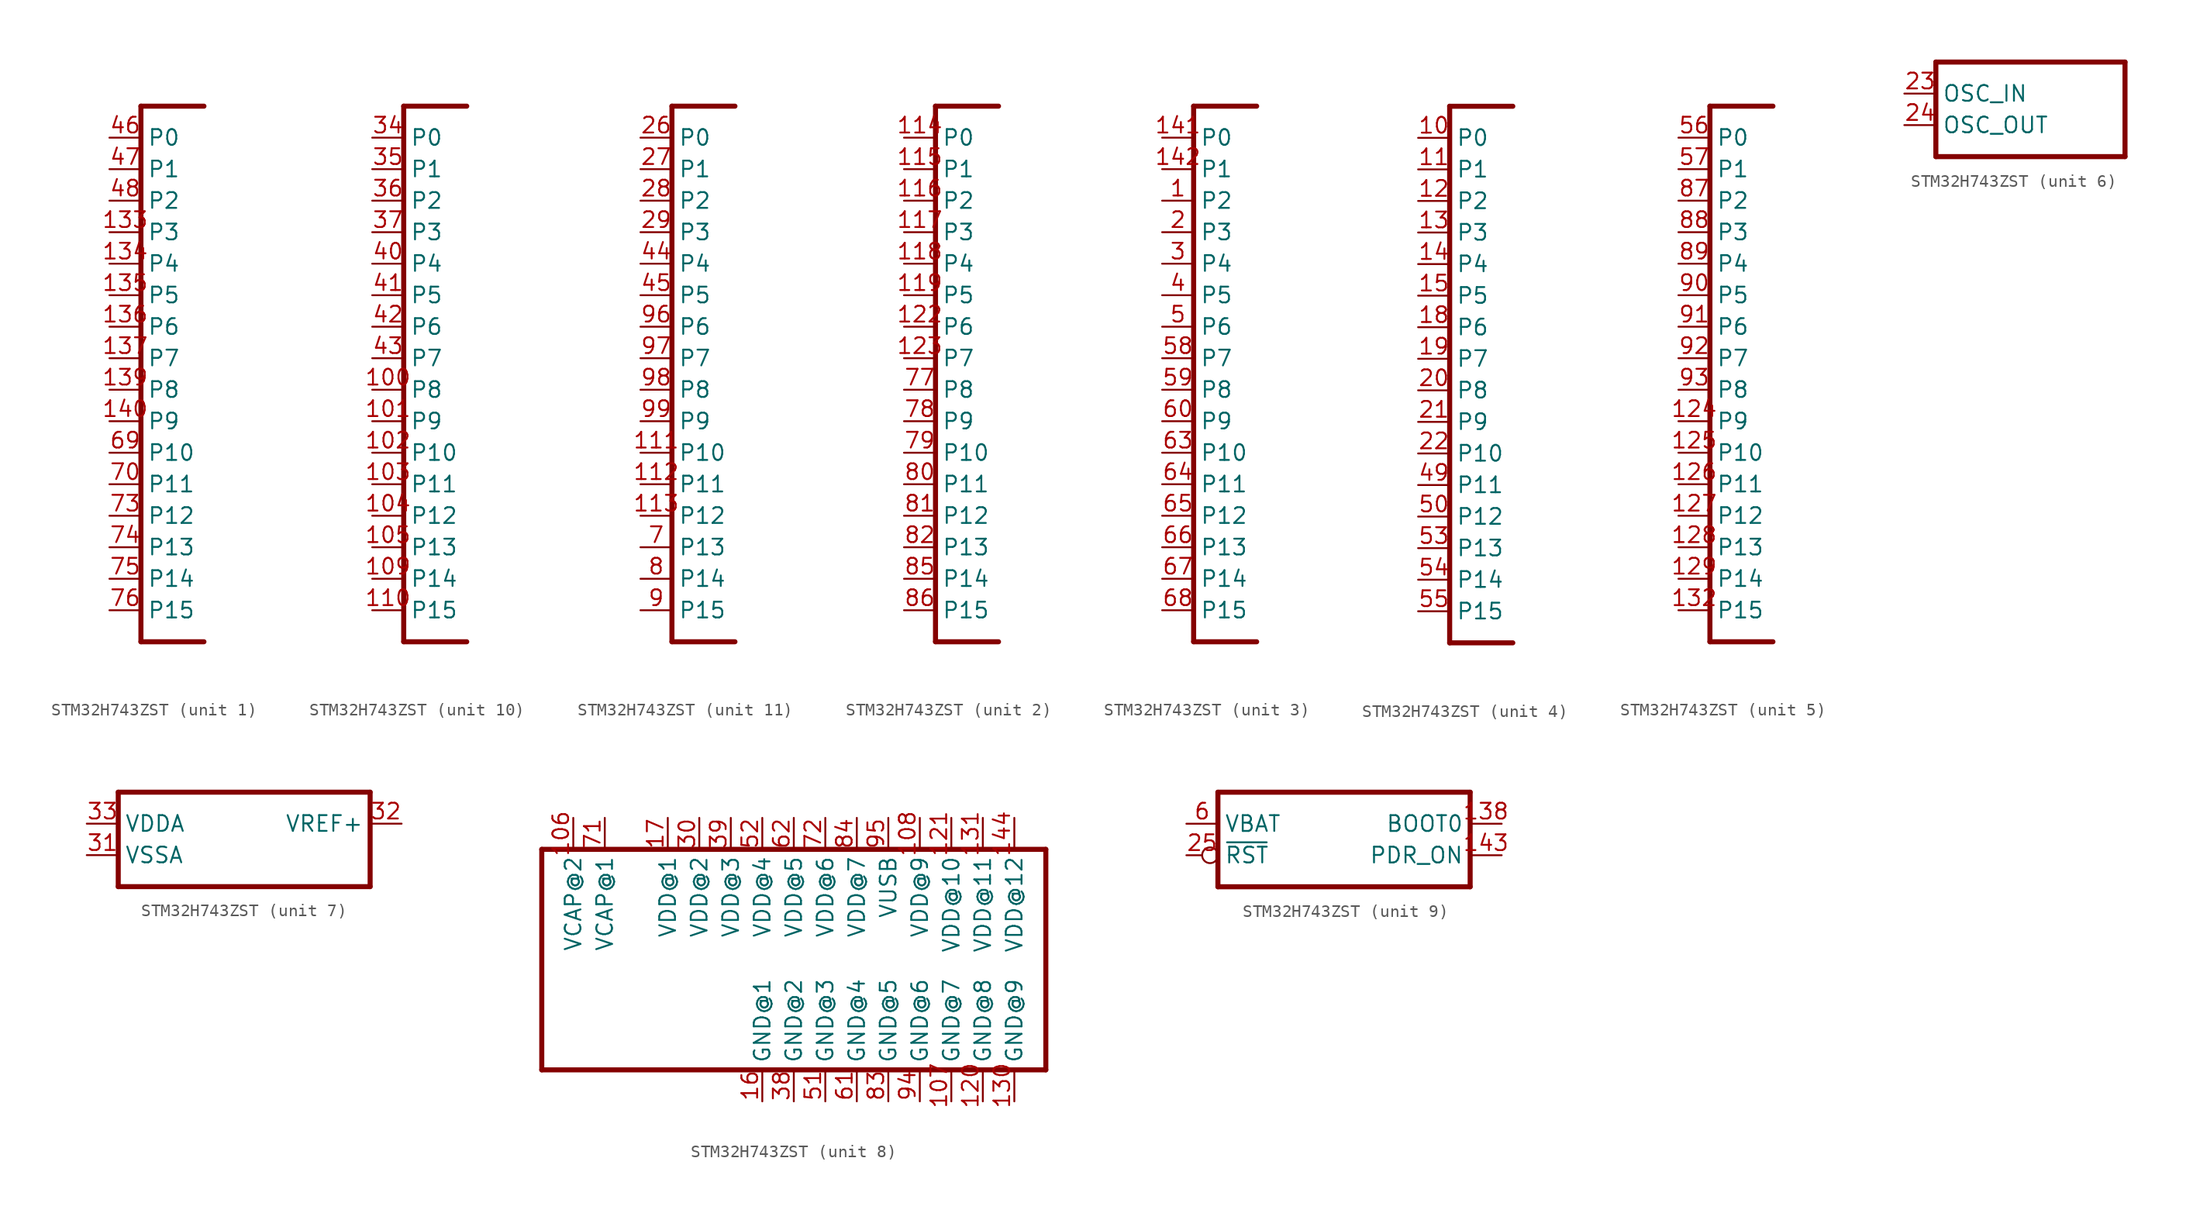
<source format=kicad_sym>
(kicad_symbol_lib
  (version 20231120)
  (generator "kicad_symbol_editor")
  (generator_version "8.0")
  (symbol "STM32H743ZST"
    (property "Reference" "IC"
      (at -2.54 22.86 0)
      (effects (font (size 1.27 1.079)) (justify left bottom) (hide yes)))
    (property "ki_locked" ""
      (at 0 0 0)
      (effects (font (size 1.27 1.27))))
    (symbol "STM32H743ZST_1_0"
      (polyline (pts (xy -2.54 -22.86) (xy 2.54 -22.86)) (stroke (width 0.406) (type solid)) (fill (type none)))
      (polyline (pts (xy -2.54 20.32) (xy -2.54 -22.86)) (stroke (width 0.406) (type solid)) (fill (type none)))
      (polyline (pts (xy 2.54 20.32) (xy -2.54 20.32)) (stroke (width 0.406) (type solid)) (fill (type none)))
      (pin bidirectional line (at -5.08 10.16 0) (length 2.54) (name "P3" (effects (font (size 1.27 1.27)))) (number "133" (effects (font (size 1.27 1.27)))))
      (pin bidirectional line (at -5.08 7.62 0) (length 2.54) (name "P4" (effects (font (size 1.27 1.27)))) (number "134" (effects (font (size 1.27 1.27)))))
      (pin bidirectional line (at -5.08 5.08 0) (length 2.54) (name "P5" (effects (font (size 1.27 1.27)))) (number "135" (effects (font (size 1.27 1.27)))))
      (pin bidirectional line (at -5.08 2.54 0) (length 2.54) (name "P6" (effects (font (size 1.27 1.27)))) (number "136" (effects (font (size 1.27 1.27)))))
      (pin bidirectional line (at -5.08 0 0) (length 2.54) (name "P7" (effects (font (size 1.27 1.27)))) (number "137" (effects (font (size 1.27 1.27)))))
      (pin bidirectional line (at -5.08 -2.54 0) (length 2.54) (name "P8" (effects (font (size 1.27 1.27)))) (number "139" (effects (font (size 1.27 1.27)))))
      (pin bidirectional line (at -5.08 -5.08 0) (length 2.54) (name "P9" (effects (font (size 1.27 1.27)))) (number "140" (effects (font (size 1.27 1.27)))))
      (pin bidirectional line (at -5.08 17.78 0) (length 2.54) (name "P0" (effects (font (size 1.27 1.27)))) (number "46" (effects (font (size 1.27 1.27)))))
      (pin bidirectional line (at -5.08 15.24 0) (length 2.54) (name "P1" (effects (font (size 1.27 1.27)))) (number "47" (effects (font (size 1.27 1.27)))))
      (pin bidirectional line (at -5.08 12.7 0) (length 2.54) (name "P2" (effects (font (size 1.27 1.27)))) (number "48" (effects (font (size 1.27 1.27)))))
      (pin bidirectional line (at -5.08 -7.62 0) (length 2.54) (name "P10" (effects (font (size 1.27 1.27)))) (number "69" (effects (font (size 1.27 1.27)))))
      (pin bidirectional line (at -5.08 -10.16 0) (length 2.54) (name "P11" (effects (font (size 1.27 1.27)))) (number "70" (effects (font (size 1.27 1.27)))))
      (pin bidirectional line (at -5.08 -12.7 0) (length 2.54) (name "P12" (effects (font (size 1.27 1.27)))) (number "73" (effects (font (size 1.27 1.27)))))
      (pin bidirectional line (at -5.08 -15.24 0) (length 2.54) (name "P13" (effects (font (size 1.27 1.27)))) (number "74" (effects (font (size 1.27 1.27)))))
      (pin bidirectional line (at -5.08 -17.78 0) (length 2.54) (name "P14" (effects (font (size 1.27 1.27)))) (number "75" (effects (font (size 1.27 1.27)))))
      (pin bidirectional line (at -5.08 -20.32 0) (length 2.54) (name "P15" (effects (font (size 1.27 1.27)))) (number "76" (effects (font (size 1.27 1.27))))))
    (symbol "STM32H743ZST_2_0"
      (polyline (pts (xy -2.54 -22.86) (xy 2.54 -22.86)) (stroke (width 0.406) (type solid)) (fill (type none)))
      (polyline (pts (xy -2.54 20.32) (xy -2.54 -22.86)) (stroke (width 0.406) (type solid)) (fill (type none)))
      (polyline (pts (xy 2.54 20.32) (xy -2.54 20.32)) (stroke (width 0.406) (type solid)) (fill (type none)))
      (pin bidirectional line (at -5.08 17.78 0) (length 2.54) (name "P0" (effects (font (size 1.27 1.27)))) (number "114" (effects (font (size 1.27 1.27)))))
      (pin bidirectional line (at -5.08 15.24 0) (length 2.54) (name "P1" (effects (font (size 1.27 1.27)))) (number "115" (effects (font (size 1.27 1.27)))))
      (pin bidirectional line (at -5.08 12.7 0) (length 2.54) (name "P2" (effects (font (size 1.27 1.27)))) (number "116" (effects (font (size 1.27 1.27)))))
      (pin bidirectional line (at -5.08 10.16 0) (length 2.54) (name "P3" (effects (font (size 1.27 1.27)))) (number "117" (effects (font (size 1.27 1.27)))))
      (pin bidirectional line (at -5.08 7.62 0) (length 2.54) (name "P4" (effects (font (size 1.27 1.27)))) (number "118" (effects (font (size 1.27 1.27)))))
      (pin bidirectional line (at -5.08 5.08 0) (length 2.54) (name "P5" (effects (font (size 1.27 1.27)))) (number "119" (effects (font (size 1.27 1.27)))))
      (pin bidirectional line (at -5.08 2.54 0) (length 2.54) (name "P6" (effects (font (size 1.27 1.27)))) (number "122" (effects (font (size 1.27 1.27)))))
      (pin bidirectional line (at -5.08 0 0) (length 2.54) (name "P7" (effects (font (size 1.27 1.27)))) (number "123" (effects (font (size 1.27 1.27)))))
      (pin bidirectional line (at -5.08 -2.54 0) (length 2.54) (name "P8" (effects (font (size 1.27 1.27)))) (number "77" (effects (font (size 1.27 1.27)))))
      (pin bidirectional line (at -5.08 -5.08 0) (length 2.54) (name "P9" (effects (font (size 1.27 1.27)))) (number "78" (effects (font (size 1.27 1.27)))))
      (pin bidirectional line (at -5.08 -7.62 0) (length 2.54) (name "P10" (effects (font (size 1.27 1.27)))) (number "79" (effects (font (size 1.27 1.27)))))
      (pin bidirectional line (at -5.08 -10.16 0) (length 2.54) (name "P11" (effects (font (size 1.27 1.27)))) (number "80" (effects (font (size 1.27 1.27)))))
      (pin bidirectional line (at -5.08 -12.7 0) (length 2.54) (name "P12" (effects (font (size 1.27 1.27)))) (number "81" (effects (font (size 1.27 1.27)))))
      (pin bidirectional line (at -5.08 -15.24 0) (length 2.54) (name "P13" (effects (font (size 1.27 1.27)))) (number "82" (effects (font (size 1.27 1.27)))))
      (pin bidirectional line (at -5.08 -17.78 0) (length 2.54) (name "P14" (effects (font (size 1.27 1.27)))) (number "85" (effects (font (size 1.27 1.27)))))
      (pin bidirectional line (at -5.08 -20.32 0) (length 2.54) (name "P15" (effects (font (size 1.27 1.27)))) (number "86" (effects (font (size 1.27 1.27))))))
    (symbol "STM32H743ZST_3_0"
      (polyline (pts (xy -2.54 -22.86) (xy 2.54 -22.86)) (stroke (width 0.406) (type solid)) (fill (type none)))
      (polyline (pts (xy -2.54 20.32) (xy -2.54 -22.86)) (stroke (width 0.406) (type solid)) (fill (type none)))
      (polyline (pts (xy 2.54 20.32) (xy -2.54 20.32)) (stroke (width 0.406) (type solid)) (fill (type none)))
      (pin bidirectional line (at -5.08 12.7 0) (length 2.54) (name "P2" (effects (font (size 1.27 1.27)))) (number "1" (effects (font (size 1.27 1.27)))))
      (pin bidirectional line (at -5.08 17.78 0) (length 2.54) (name "P0" (effects (font (size 1.27 1.27)))) (number "141" (effects (font (size 1.27 1.27)))))
      (pin bidirectional line (at -5.08 15.24 0) (length 2.54) (name "P1" (effects (font (size 1.27 1.27)))) (number "142" (effects (font (size 1.27 1.27)))))
      (pin bidirectional line (at -5.08 10.16 0) (length 2.54) (name "P3" (effects (font (size 1.27 1.27)))) (number "2" (effects (font (size 1.27 1.27)))))
      (pin bidirectional line (at -5.08 7.62 0) (length 2.54) (name "P4" (effects (font (size 1.27 1.27)))) (number "3" (effects (font (size 1.27 1.27)))))
      (pin bidirectional line (at -5.08 5.08 0) (length 2.54) (name "P5" (effects (font (size 1.27 1.27)))) (number "4" (effects (font (size 1.27 1.27)))))
      (pin bidirectional line (at -5.08 2.54 0) (length 2.54) (name "P6" (effects (font (size 1.27 1.27)))) (number "5" (effects (font (size 1.27 1.27)))))
      (pin bidirectional line (at -5.08 0 0) (length 2.54) (name "P7" (effects (font (size 1.27 1.27)))) (number "58" (effects (font (size 1.27 1.27)))))
      (pin bidirectional line (at -5.08 -2.54 0) (length 2.54) (name "P8" (effects (font (size 1.27 1.27)))) (number "59" (effects (font (size 1.27 1.27)))))
      (pin bidirectional line (at -5.08 -5.08 0) (length 2.54) (name "P9" (effects (font (size 1.27 1.27)))) (number "60" (effects (font (size 1.27 1.27)))))
      (pin bidirectional line (at -5.08 -7.62 0) (length 2.54) (name "P10" (effects (font (size 1.27 1.27)))) (number "63" (effects (font (size 1.27 1.27)))))
      (pin bidirectional line (at -5.08 -10.16 0) (length 2.54) (name "P11" (effects (font (size 1.27 1.27)))) (number "64" (effects (font (size 1.27 1.27)))))
      (pin bidirectional line (at -5.08 -12.7 0) (length 2.54) (name "P12" (effects (font (size 1.27 1.27)))) (number "65" (effects (font (size 1.27 1.27)))))
      (pin bidirectional line (at -5.08 -15.24 0) (length 2.54) (name "P13" (effects (font (size 1.27 1.27)))) (number "66" (effects (font (size 1.27 1.27)))))
      (pin bidirectional line (at -5.08 -17.78 0) (length 2.54) (name "P14" (effects (font (size 1.27 1.27)))) (number "67" (effects (font (size 1.27 1.27)))))
      (pin bidirectional line (at -5.08 -20.32 0) (length 2.54) (name "P15" (effects (font (size 1.27 1.27)))) (number "68" (effects (font (size 1.27 1.27))))))
    (symbol "STM32H743ZST_4_0"
      (polyline (pts (xy -2.54 -22.86) (xy 2.54 -22.86)) (stroke (width 0.406) (type solid)) (fill (type none)))
      (polyline (pts (xy -2.54 20.32) (xy -2.54 -22.86)) (stroke (width 0.406) (type solid)) (fill (type none)))
      (polyline (pts (xy 2.54 20.32) (xy -2.54 20.32)) (stroke (width 0.406) (type solid)) (fill (type none)))
      (pin bidirectional line (at -5.08 17.78 0) (length 2.54) (name "P0" (effects (font (size 1.27 1.27)))) (number "10" (effects (font (size 1.27 1.27)))))
      (pin bidirectional line (at -5.08 15.24 0) (length 2.54) (name "P1" (effects (font (size 1.27 1.27)))) (number "11" (effects (font (size 1.27 1.27)))))
      (pin bidirectional line (at -5.08 12.7 0) (length 2.54) (name "P2" (effects (font (size 1.27 1.27)))) (number "12" (effects (font (size 1.27 1.27)))))
      (pin bidirectional line (at -5.08 10.16 0) (length 2.54) (name "P3" (effects (font (size 1.27 1.27)))) (number "13" (effects (font (size 1.27 1.27)))))
      (pin bidirectional line (at -5.08 7.62 0) (length 2.54) (name "P4" (effects (font (size 1.27 1.27)))) (number "14" (effects (font (size 1.27 1.27)))))
      (pin bidirectional line (at -5.08 5.08 0) (length 2.54) (name "P5" (effects (font (size 1.27 1.27)))) (number "15" (effects (font (size 1.27 1.27)))))
      (pin bidirectional line (at -5.08 2.54 0) (length 2.54) (name "P6" (effects (font (size 1.27 1.27)))) (number "18" (effects (font (size 1.27 1.27)))))
      (pin bidirectional line (at -5.08 0 0) (length 2.54) (name "P7" (effects (font (size 1.27 1.27)))) (number "19" (effects (font (size 1.27 1.27)))))
      (pin bidirectional line (at -5.08 -2.54 0) (length 2.54) (name "P8" (effects (font (size 1.27 1.27)))) (number "20" (effects (font (size 1.27 1.27)))))
      (pin bidirectional line (at -5.08 -5.08 0) (length 2.54) (name "P9" (effects (font (size 1.27 1.27)))) (number "21" (effects (font (size 1.27 1.27)))))
      (pin bidirectional line (at -5.08 -7.62 0) (length 2.54) (name "P10" (effects (font (size 1.27 1.27)))) (number "22" (effects (font (size 1.27 1.27)))))
      (pin bidirectional line (at -5.08 -10.16 0) (length 2.54) (name "P11" (effects (font (size 1.27 1.27)))) (number "49" (effects (font (size 1.27 1.27)))))
      (pin bidirectional line (at -5.08 -12.7 0) (length 2.54) (name "P12" (effects (font (size 1.27 1.27)))) (number "50" (effects (font (size 1.27 1.27)))))
      (pin bidirectional line (at -5.08 -15.24 0) (length 2.54) (name "P13" (effects (font (size 1.27 1.27)))) (number "53" (effects (font (size 1.27 1.27)))))
      (pin bidirectional line (at -5.08 -17.78 0) (length 2.54) (name "P14" (effects (font (size 1.27 1.27)))) (number "54" (effects (font (size 1.27 1.27)))))
      (pin bidirectional line (at -5.08 -20.32 0) (length 2.54) (name "P15" (effects (font (size 1.27 1.27)))) (number "55" (effects (font (size 1.27 1.27))))))
    (symbol "STM32H743ZST_5_0"
      (polyline (pts (xy -2.54 -22.86) (xy 2.54 -22.86)) (stroke (width 0.406) (type solid)) (fill (type none)))
      (polyline (pts (xy -2.54 20.32) (xy -2.54 -22.86)) (stroke (width 0.406) (type solid)) (fill (type none)))
      (polyline (pts (xy 2.54 20.32) (xy -2.54 20.32)) (stroke (width 0.406) (type solid)) (fill (type none)))
      (pin bidirectional line (at -5.08 -5.08 0) (length 2.54) (name "P9" (effects (font (size 1.27 1.27)))) (number "124" (effects (font (size 1.27 1.27)))))
      (pin bidirectional line (at -5.08 -7.62 0) (length 2.54) (name "P10" (effects (font (size 1.27 1.27)))) (number "125" (effects (font (size 1.27 1.27)))))
      (pin bidirectional line (at -5.08 -10.16 0) (length 2.54) (name "P11" (effects (font (size 1.27 1.27)))) (number "126" (effects (font (size 1.27 1.27)))))
      (pin bidirectional line (at -5.08 -12.7 0) (length 2.54) (name "P12" (effects (font (size 1.27 1.27)))) (number "127" (effects (font (size 1.27 1.27)))))
      (pin bidirectional line (at -5.08 -15.24 0) (length 2.54) (name "P13" (effects (font (size 1.27 1.27)))) (number "128" (effects (font (size 1.27 1.27)))))
      (pin bidirectional line (at -5.08 -17.78 0) (length 2.54) (name "P14" (effects (font (size 1.27 1.27)))) (number "129" (effects (font (size 1.27 1.27)))))
      (pin bidirectional line (at -5.08 -20.32 0) (length 2.54) (name "P15" (effects (font (size 1.27 1.27)))) (number "132" (effects (font (size 1.27 1.27)))))
      (pin bidirectional line (at -5.08 17.78 0) (length 2.54) (name "P0" (effects (font (size 1.27 1.27)))) (number "56" (effects (font (size 1.27 1.27)))))
      (pin bidirectional line (at -5.08 15.24 0) (length 2.54) (name "P1" (effects (font (size 1.27 1.27)))) (number "57" (effects (font (size 1.27 1.27)))))
      (pin bidirectional line (at -5.08 12.7 0) (length 2.54) (name "P2" (effects (font (size 1.27 1.27)))) (number "87" (effects (font (size 1.27 1.27)))))
      (pin bidirectional line (at -5.08 10.16 0) (length 2.54) (name "P3" (effects (font (size 1.27 1.27)))) (number "88" (effects (font (size 1.27 1.27)))))
      (pin bidirectional line (at -5.08 7.62 0) (length 2.54) (name "P4" (effects (font (size 1.27 1.27)))) (number "89" (effects (font (size 1.27 1.27)))))
      (pin bidirectional line (at -5.08 5.08 0) (length 2.54) (name "P5" (effects (font (size 1.27 1.27)))) (number "90" (effects (font (size 1.27 1.27)))))
      (pin bidirectional line (at -5.08 2.54 0) (length 2.54) (name "P6" (effects (font (size 1.27 1.27)))) (number "91" (effects (font (size 1.27 1.27)))))
      (pin bidirectional line (at -5.08 0 0) (length 2.54) (name "P7" (effects (font (size 1.27 1.27)))) (number "92" (effects (font (size 1.27 1.27)))))
      (pin bidirectional line (at -5.08 -2.54 0) (length 2.54) (name "P8" (effects (font (size 1.27 1.27)))) (number "93" (effects (font (size 1.27 1.27))))))
    (symbol "STM32H743ZST_6_0"
      (polyline (pts (xy -7.62 -2.54) (xy 7.62 -2.54)) (stroke (width 0.406) (type solid)) (fill (type none)))
      (polyline (pts (xy -7.62 5.08) (xy -7.62 -2.54)) (stroke (width 0.406) (type solid)) (fill (type none)))
      (polyline (pts (xy 7.62 -2.54) (xy 7.62 5.08)) (stroke (width 0.406) (type solid)) (fill (type none)))
      (polyline (pts (xy 7.62 5.08) (xy -7.62 5.08)) (stroke (width 0.406) (type solid)) (fill (type none)))
      (pin passive line (at -10.16 2.54 0) (length 2.54) (name "OSC_IN" (effects (font (size 1.27 1.27)))) (number "23" (effects (font (size 1.27 1.27)))))
      (pin passive line (at -10.16 0 0) (length 2.54) (name "OSC_OUT" (effects (font (size 1.27 1.27)))) (number "24" (effects (font (size 1.27 1.27))))))
    (symbol "STM32H743ZST_7_0"
      (polyline (pts (xy -10.16 -2.54) (xy 10.16 -2.54)) (stroke (width 0.406) (type solid)) (fill (type none)))
      (polyline (pts (xy -10.16 5.08) (xy -10.16 -2.54)) (stroke (width 0.406) (type solid)) (fill (type none)))
      (polyline (pts (xy 10.16 -2.54) (xy 10.16 5.08)) (stroke (width 0.406) (type solid)) (fill (type none)))
      (polyline (pts (xy 10.16 5.08) (xy -10.16 5.08)) (stroke (width 0.406) (type solid)) (fill (type none)))
      (pin power_in line (at -12.7 0 0) (length 2.54) (name "VSSA" (effects (font (size 1.27 1.27)))) (number "31" (effects (font (size 1.27 1.27)))))
      (pin passive line (at 12.7 2.54 180) (length 2.54) (name "VREF+" (effects (font (size 1.27 1.27)))) (number "32" (effects (font (size 1.27 1.27)))))
      (pin power_in line (at -12.7 2.54 0) (length 2.54) (name "VDDA" (effects (font (size 1.27 1.27)))) (number "33" (effects (font (size 1.27 1.27))))))
    (symbol "STM32H743ZST_8_0"
      (polyline (pts (xy -30.48 -10.16) (xy -30.48 7.62)) (stroke (width 0.406) (type solid)) (fill (type none)))
      (polyline (pts (xy -30.48 7.62) (xy 10.16 7.62)) (stroke (width 0.406) (type solid)) (fill (type none)))
      (polyline (pts (xy 10.16 -10.16) (xy -30.48 -10.16)) (stroke (width 0.406) (type solid)) (fill (type none)))
      (polyline (pts (xy 10.16 7.62) (xy 10.16 -10.16)) (stroke (width 0.406) (type solid)) (fill (type none)))
      (pin power_in line (at -27.94 10.16 270) (length 2.54) (name "VCAP@2" (effects (font (size 1.27 1.27)))) (number "106" (effects (font (size 1.27 1.27)))))
      (pin power_in line (at 2.54 -12.7 90) (length 2.54) (name "GND@7" (effects (font (size 1.27 1.27)))) (number "107" (effects (font (size 1.27 1.27)))))
      (pin power_in line (at 0 10.16 270) (length 2.54) (name "VDD@9" (effects (font (size 1.27 1.27)))) (number "108" (effects (font (size 1.27 1.27)))))
      (pin power_in line (at 5.08 -12.7 90) (length 2.54) (name "GND@8" (effects (font (size 1.27 1.27)))) (number "120" (effects (font (size 1.27 1.27)))))
      (pin power_in line (at 2.54 10.16 270) (length 2.54) (name "VDD@10" (effects (font (size 1.27 1.27)))) (number "121" (effects (font (size 1.27 1.27)))))
      (pin power_in line (at 7.62 -12.7 90) (length 2.54) (name "GND@9" (effects (font (size 1.27 1.27)))) (number "130" (effects (font (size 1.27 1.27)))))
      (pin power_in line (at 5.08 10.16 270) (length 2.54) (name "VDD@11" (effects (font (size 1.27 1.27)))) (number "131" (effects (font (size 1.27 1.27)))))
      (pin power_in line (at 7.62 10.16 270) (length 2.54) (name "VDD@12" (effects (font (size 1.27 1.27)))) (number "144" (effects (font (size 1.27 1.27)))))
      (pin power_in line (at -12.7 -12.7 90) (length 2.54) (name "GND@1" (effects (font (size 1.27 1.27)))) (number "16" (effects (font (size 1.27 1.27)))))
      (pin power_in line (at -20.32 10.16 270) (length 2.54) (name "VDD@1" (effects (font (size 1.27 1.27)))) (number "17" (effects (font (size 1.27 1.27)))))
      (pin power_in line (at -17.78 10.16 270) (length 2.54) (name "VDD@2" (effects (font (size 1.27 1.27)))) (number "30" (effects (font (size 1.27 1.27)))))
      (pin power_in line (at -10.16 -12.7 90) (length 2.54) (name "GND@2" (effects (font (size 1.27 1.27)))) (number "38" (effects (font (size 1.27 1.27)))))
      (pin power_in line (at -15.24 10.16 270) (length 2.54) (name "VDD@3" (effects (font (size 1.27 1.27)))) (number "39" (effects (font (size 1.27 1.27)))))
      (pin power_in line (at -7.62 -12.7 90) (length 2.54) (name "GND@3" (effects (font (size 1.27 1.27)))) (number "51" (effects (font (size 1.27 1.27)))))
      (pin power_in line (at -12.7 10.16 270) (length 2.54) (name "VDD@4" (effects (font (size 1.27 1.27)))) (number "52" (effects (font (size 1.27 1.27)))))
      (pin power_in line (at -5.08 -12.7 90) (length 2.54) (name "GND@4" (effects (font (size 1.27 1.27)))) (number "61" (effects (font (size 1.27 1.27)))))
      (pin power_in line (at -10.16 10.16 270) (length 2.54) (name "VDD@5" (effects (font (size 1.27 1.27)))) (number "62" (effects (font (size 1.27 1.27)))))
      (pin power_in line (at -25.4 10.16 270) (length 2.54) (name "VCAP@1" (effects (font (size 1.27 1.27)))) (number "71" (effects (font (size 1.27 1.27)))))
      (pin power_in line (at -7.62 10.16 270) (length 2.54) (name "VDD@6" (effects (font (size 1.27 1.27)))) (number "72" (effects (font (size 1.27 1.27)))))
      (pin power_in line (at -2.54 -12.7 90) (length 2.54) (name "GND@5" (effects (font (size 1.27 1.27)))) (number "83" (effects (font (size 1.27 1.27)))))
      (pin power_in line (at -5.08 10.16 270) (length 2.54) (name "VDD@7" (effects (font (size 1.27 1.27)))) (number "84" (effects (font (size 1.27 1.27)))))
      (pin power_in line (at 0 -12.7 90) (length 2.54) (name "GND@6" (effects (font (size 1.27 1.27)))) (number "94" (effects (font (size 1.27 1.27)))))
      (pin power_in line (at -2.54 10.16 270) (length 2.54) (name "VUSB" (effects (font (size 1.27 1.27)))) (number "95" (effects (font (size 1.27 1.27))))))
    (symbol "STM32H743ZST_9_0"
      (polyline (pts (xy -10.16 -2.54) (xy 10.16 -2.54)) (stroke (width 0.406) (type solid)) (fill (type none)))
      (polyline (pts (xy -10.16 5.08) (xy -10.16 -2.54)) (stroke (width 0.406) (type solid)) (fill (type none)))
      (polyline (pts (xy 10.16 -2.54) (xy 10.16 5.08)) (stroke (width 0.406) (type solid)) (fill (type none)))
      (polyline (pts (xy 10.16 5.08) (xy -10.16 5.08)) (stroke (width 0.406) (type solid)) (fill (type none)))
      (pin input line (at 12.7 2.54 180) (length 2.54) (name "BOOT0" (effects (font (size 1.27 1.27)))) (number "138" (effects (font (size 1.27 1.27)))))
      (pin bidirectional line (at 12.7 0 180) (length 2.54) (name "PDR_ON" (effects (font (size 1.27 1.27)))) (number "143" (effects (font (size 1.27 1.27)))))
      (pin input inverted (at -12.7 0 0) (length 2.54) (name "~{RST}" (effects (font (size 1.27 1.27)))) (number "25" (effects (font (size 1.27 1.27)))))
      (pin passive line (at -12.7 2.54 0) (length 2.54) (name "VBAT" (effects (font (size 1.27 1.27)))) (number "6" (effects (font (size 1.27 1.27))))))
    (symbol "STM32H743ZST_10_0"
      (polyline (pts (xy -2.54 -22.86) (xy 2.54 -22.86)) (stroke (width 0.406) (type solid)) (fill (type none)))
      (polyline (pts (xy -2.54 20.32) (xy -2.54 -22.86)) (stroke (width 0.406) (type solid)) (fill (type none)))
      (polyline (pts (xy 2.54 20.32) (xy -2.54 20.32)) (stroke (width 0.406) (type solid)) (fill (type none)))
      (pin bidirectional line (at -5.08 -2.54 0) (length 2.54) (name "P8" (effects (font (size 1.27 1.27)))) (number "100" (effects (font (size 1.27 1.27)))))
      (pin bidirectional line (at -5.08 -5.08 0) (length 2.54) (name "P9" (effects (font (size 1.27 1.27)))) (number "101" (effects (font (size 1.27 1.27)))))
      (pin bidirectional line (at -5.08 -7.62 0) (length 2.54) (name "P10" (effects (font (size 1.27 1.27)))) (number "102" (effects (font (size 1.27 1.27)))))
      (pin bidirectional line (at -5.08 -10.16 0) (length 2.54) (name "P11" (effects (font (size 1.27 1.27)))) (number "103" (effects (font (size 1.27 1.27)))))
      (pin bidirectional line (at -5.08 -12.7 0) (length 2.54) (name "P12" (effects (font (size 1.27 1.27)))) (number "104" (effects (font (size 1.27 1.27)))))
      (pin bidirectional line (at -5.08 -15.24 0) (length 2.54) (name "P13" (effects (font (size 1.27 1.27)))) (number "105" (effects (font (size 1.27 1.27)))))
      (pin bidirectional line (at -5.08 -17.78 0) (length 2.54) (name "P14" (effects (font (size 1.27 1.27)))) (number "109" (effects (font (size 1.27 1.27)))))
      (pin bidirectional line (at -5.08 -20.32 0) (length 2.54) (name "P15" (effects (font (size 1.27 1.27)))) (number "110" (effects (font (size 1.27 1.27)))))
      (pin bidirectional line (at -5.08 17.78 0) (length 2.54) (name "P0" (effects (font (size 1.27 1.27)))) (number "34" (effects (font (size 1.27 1.27)))))
      (pin bidirectional line (at -5.08 15.24 0) (length 2.54) (name "P1" (effects (font (size 1.27 1.27)))) (number "35" (effects (font (size 1.27 1.27)))))
      (pin bidirectional line (at -5.08 12.7 0) (length 2.54) (name "P2" (effects (font (size 1.27 1.27)))) (number "36" (effects (font (size 1.27 1.27)))))
      (pin bidirectional line (at -5.08 10.16 0) (length 2.54) (name "P3" (effects (font (size 1.27 1.27)))) (number "37" (effects (font (size 1.27 1.27)))))
      (pin bidirectional line (at -5.08 7.62 0) (length 2.54) (name "P4" (effects (font (size 1.27 1.27)))) (number "40" (effects (font (size 1.27 1.27)))))
      (pin bidirectional line (at -5.08 5.08 0) (length 2.54) (name "P5" (effects (font (size 1.27 1.27)))) (number "41" (effects (font (size 1.27 1.27)))))
      (pin bidirectional line (at -5.08 2.54 0) (length 2.54) (name "P6" (effects (font (size 1.27 1.27)))) (number "42" (effects (font (size 1.27 1.27)))))
      (pin bidirectional line (at -5.08 0 0) (length 2.54) (name "P7" (effects (font (size 1.27 1.27)))) (number "43" (effects (font (size 1.27 1.27))))))
    (symbol "STM32H743ZST_11_0"
      (polyline (pts (xy -2.54 -22.86) (xy 2.54 -22.86)) (stroke (width 0.406) (type solid)) (fill (type none)))
      (polyline (pts (xy -2.54 20.32) (xy -2.54 -22.86)) (stroke (width 0.406) (type solid)) (fill (type none)))
      (polyline (pts (xy 2.54 20.32) (xy -2.54 20.32)) (stroke (width 0.406) (type solid)) (fill (type none)))
      (pin bidirectional line (at -5.08 -7.62 0) (length 2.54) (name "P10" (effects (font (size 1.27 1.27)))) (number "111" (effects (font (size 1.27 1.27)))))
      (pin bidirectional line (at -5.08 -10.16 0) (length 2.54) (name "P11" (effects (font (size 1.27 1.27)))) (number "112" (effects (font (size 1.27 1.27)))))
      (pin bidirectional line (at -5.08 -12.7 0) (length 2.54) (name "P12" (effects (font (size 1.27 1.27)))) (number "113" (effects (font (size 1.27 1.27)))))
      (pin bidirectional line (at -5.08 17.78 0) (length 2.54) (name "P0" (effects (font (size 1.27 1.27)))) (number "26" (effects (font (size 1.27 1.27)))))
      (pin bidirectional line (at -5.08 15.24 0) (length 2.54) (name "P1" (effects (font (size 1.27 1.27)))) (number "27" (effects (font (size 1.27 1.27)))))
      (pin bidirectional line (at -5.08 12.7 0) (length 2.54) (name "P2" (effects (font (size 1.27 1.27)))) (number "28" (effects (font (size 1.27 1.27)))))
      (pin bidirectional line (at -5.08 10.16 0) (length 2.54) (name "P3" (effects (font (size 1.27 1.27)))) (number "29" (effects (font (size 1.27 1.27)))))
      (pin bidirectional line (at -5.08 7.62 0) (length 2.54) (name "P4" (effects (font (size 1.27 1.27)))) (number "44" (effects (font (size 1.27 1.27)))))
      (pin bidirectional line (at -5.08 5.08 0) (length 2.54) (name "P5" (effects (font (size 1.27 1.27)))) (number "45" (effects (font (size 1.27 1.27)))))
      (pin bidirectional line (at -5.08 -15.24 0) (length 2.54) (name "P13" (effects (font (size 1.27 1.27)))) (number "7" (effects (font (size 1.27 1.27)))))
      (pin bidirectional line (at -5.08 -17.78 0) (length 2.54) (name "P14" (effects (font (size 1.27 1.27)))) (number "8" (effects (font (size 1.27 1.27)))))
      (pin bidirectional line (at -5.08 -20.32 0) (length 2.54) (name "P15" (effects (font (size 1.27 1.27)))) (number "9" (effects (font (size 1.27 1.27)))))
      (pin bidirectional line (at -5.08 2.54 0) (length 2.54) (name "P6" (effects (font (size 1.27 1.27)))) (number "96" (effects (font (size 1.27 1.27)))))
      (pin bidirectional line (at -5.08 0 0) (length 2.54) (name "P7" (effects (font (size 1.27 1.27)))) (number "97" (effects (font (size 1.27 1.27)))))
      (pin bidirectional line (at -5.08 -2.54 0) (length 2.54) (name "P8" (effects (font (size 1.27 1.27)))) (number "98" (effects (font (size 1.27 1.27)))))
      (pin bidirectional line (at -5.08 -5.08 0) (length 2.54) (name "P9" (effects (font (size 1.27 1.27)))) (number "99" (effects (font (size 1.27 1.27))))))))
</source>
